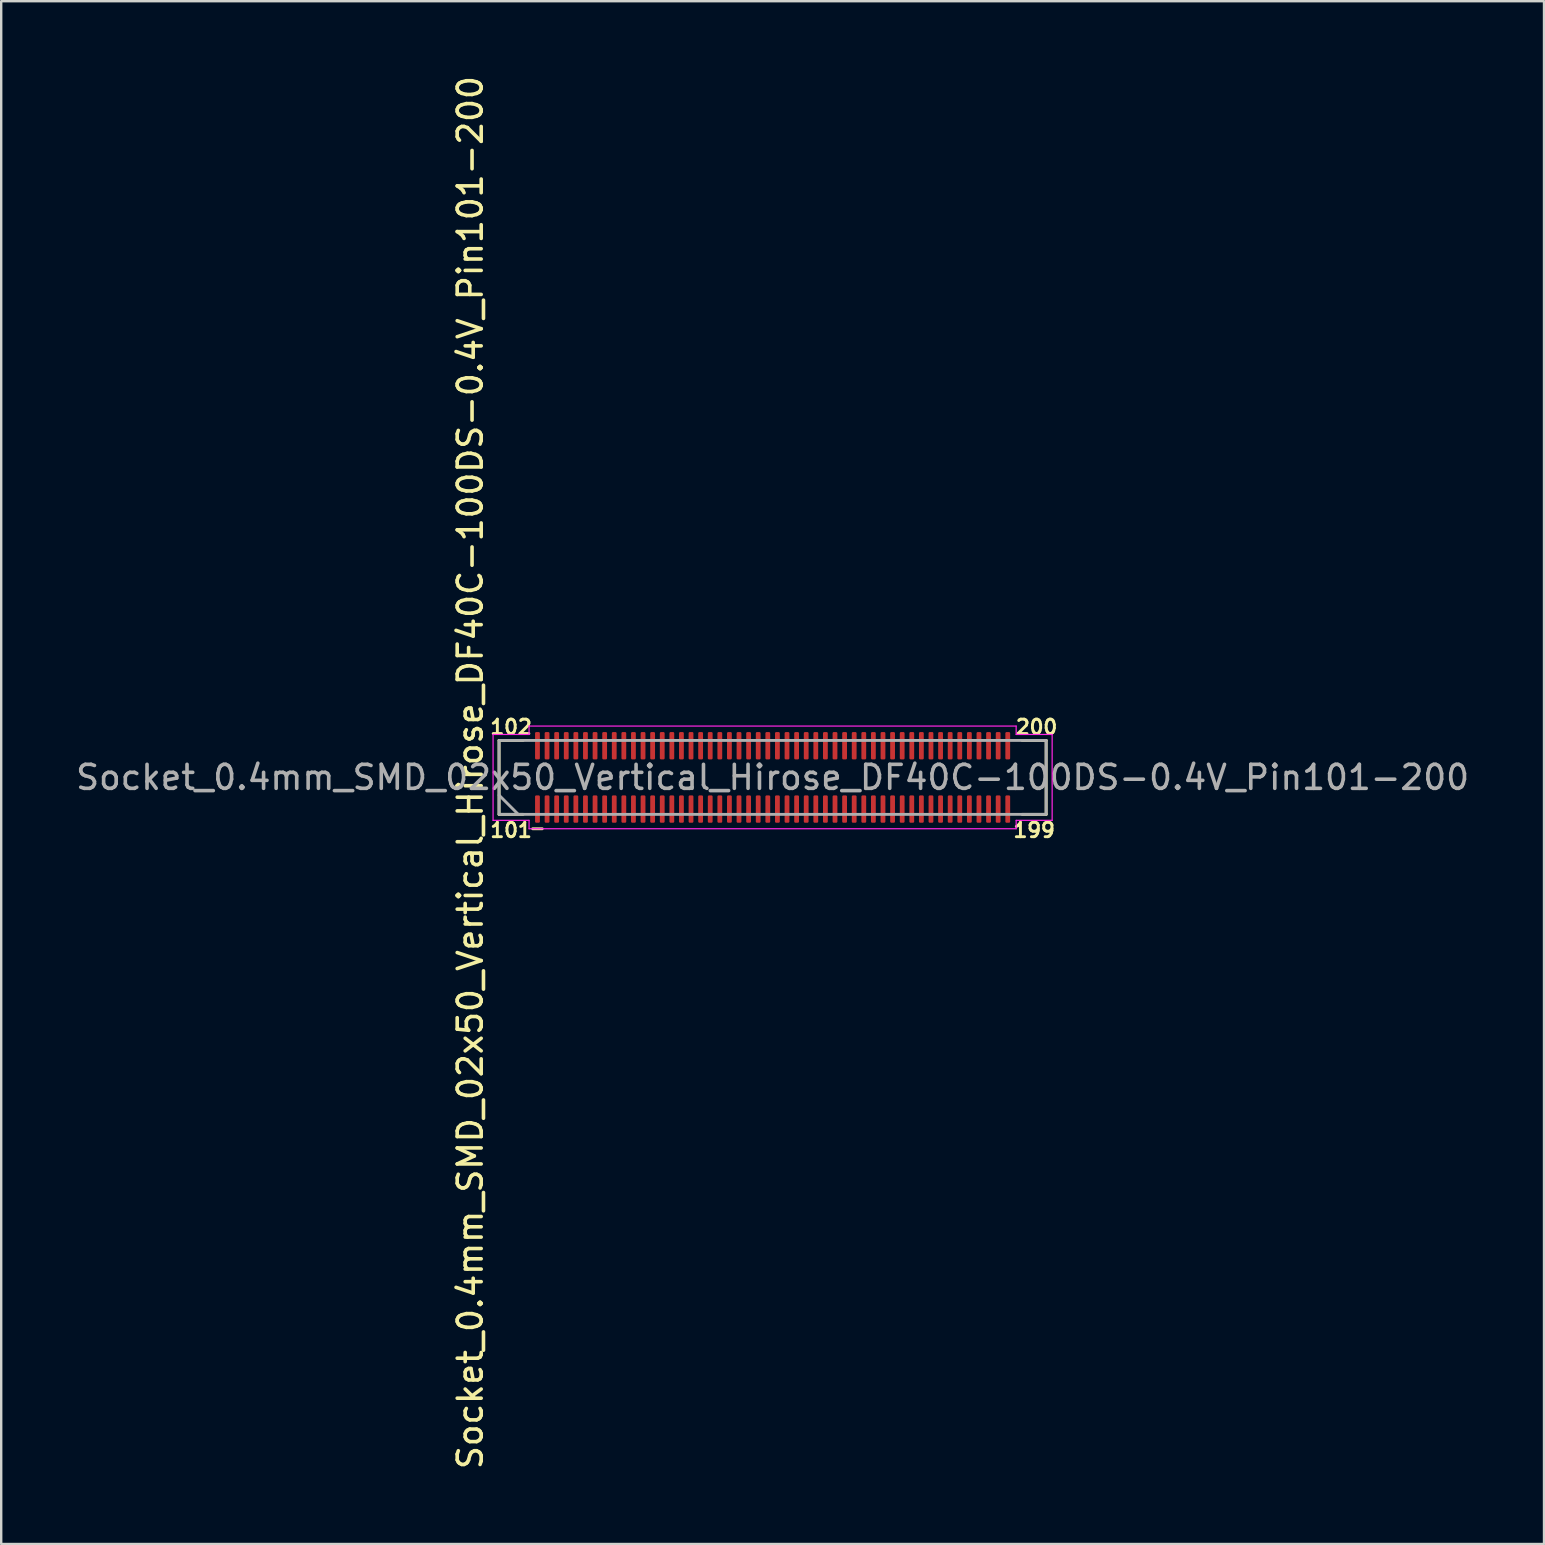
<source format=kicad_pcb>
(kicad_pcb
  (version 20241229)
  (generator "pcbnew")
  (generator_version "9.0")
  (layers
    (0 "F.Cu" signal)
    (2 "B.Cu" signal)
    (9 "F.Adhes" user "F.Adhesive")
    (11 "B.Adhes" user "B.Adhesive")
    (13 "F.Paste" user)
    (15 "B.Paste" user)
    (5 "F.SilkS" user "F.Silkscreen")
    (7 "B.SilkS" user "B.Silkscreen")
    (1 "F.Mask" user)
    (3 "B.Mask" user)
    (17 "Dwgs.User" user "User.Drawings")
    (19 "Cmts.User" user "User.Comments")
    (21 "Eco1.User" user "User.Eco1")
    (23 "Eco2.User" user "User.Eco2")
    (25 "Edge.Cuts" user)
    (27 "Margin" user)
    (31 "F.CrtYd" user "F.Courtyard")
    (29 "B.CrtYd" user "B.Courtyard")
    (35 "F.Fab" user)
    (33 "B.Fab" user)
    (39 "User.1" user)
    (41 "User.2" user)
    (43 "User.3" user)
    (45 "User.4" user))
  (footprint "Socket_0.4mm_SMD_02x50_Vertical_Hirose_DF40C-100DS-0.4V_Pin101-200"
    (layer "F.Cu")
    (at 29.149 29.349)
    (property "Reference" "Socket_0.4mm_SMD_02x50_Vertical_Hirose_DF40C-100DS-0.4V_Pin101-200" (at -12.6 -0.2 270) (layer "F.SilkS") (effects (font (size 1 1) (thickness 0.15))))
    (attr smd)
    (fp_line (start -11.4 -1.54) (end -11.4 1.54) (stroke (width 0.12) (type solid)) (layer "F.SilkS"))
    (fp_line (start -11.4 -1.54) (end -10.4 -1.54) (stroke (width 0.12) (type solid)) (layer "F.SilkS"))
    (fp_line (start -11.4 1.54) (end -10.4 1.54) (stroke (width 0.12) (type solid)) (layer "F.SilkS"))
    (fp_line (start -10 2.14) (end -9.6 2.14) (stroke (width 0.12) (type default)) (layer "F.SilkS"))
    (fp_line (start 11.4 -1.54) (end 10.4 -1.54) (stroke (width 0.12) (type solid)) (layer "F.SilkS"))
    (fp_line (start 11.4 1.54) (end 10.4 1.54) (stroke (width 0.12) (type solid)) (layer "F.SilkS"))
    (fp_line (start 11.4 1.54) (end 11.4 -1.54) (stroke (width 0.12) (type solid)) (layer "F.SilkS"))
    (fp_line (start -11.65 -1.79) (end -11.65 1.79) (stroke (width 0.05) (type default)) (layer "F.CrtYd"))
    (fp_line (start -11.65 1.79) (end -10.15 1.79) (stroke (width 0.05) (type default)) (layer "F.CrtYd"))
    (fp_line (start -10.15 -2.14) (end -10.15 -1.79) (stroke (width 0.05) (type default)) (layer "F.CrtYd"))
    (fp_line (start -10.15 -1.79) (end -11.65 -1.79) (stroke (width 0.05) (type default)) (layer "F.CrtYd"))
    (fp_line (start -10.15 1.79) (end -10.15 2.14) (stroke (width 0.05) (type default)) (layer "F.CrtYd"))
    (fp_line (start -10.15 2.14) (end 10.15 2.14) (stroke (width 0.05) (type default)) (layer "F.CrtYd"))
    (fp_line (start 10.15 -2.14) (end -10.15 -2.14) (stroke (width 0.05) (type default)) (layer "F.CrtYd"))
    (fp_line (start 10.15 -1.79) (end 10.15 -2.14) (stroke (width 0.05) (type default)) (layer "F.CrtYd"))
    (fp_line (start 10.15 1.79) (end 11.65 1.79) (stroke (width 0.05) (type default)) (layer "F.CrtYd"))
    (fp_line (start 10.15 2.14) (end 10.15 1.79) (stroke (width 0.05) (type default)) (layer "F.CrtYd"))
    (fp_line (start 11.65 -1.79) (end 10.15 -1.79) (stroke (width 0.05) (type default)) (layer "F.CrtYd"))
    (fp_line (start 11.65 1.79) (end 11.65 -1.79) (stroke (width 0.05) (type default)) (layer "F.CrtYd"))
    (fp_line (start -10.6 1.54) (end -11.4 0.74) (stroke (width 0.12) (type default)) (layer "F.Fab"))
    (fp_rect (start -11.4 1.54) (end 11.4 -1.54) (stroke (width 0.12) (type default)) (fill no) (layer "F.Fab"))
    (fp_text user "102" (at -10.9 -2.1 0) (layer "F.SilkS") (effects (font (size 0.6 0.6) (thickness 0.12))))
    (fp_text user "101" (at -10.9 2.2 180) (layer "F.SilkS") (effects (font (size 0.6 0.6) (thickness 0.12))))
    (fp_text user "199" (at 10.9 2.2 0) (layer "F.SilkS") (effects (font (size 0.6 0.6) (thickness 0.12))))
    (fp_text user "200" (at 11 -2.1 0) (layer "F.SilkS") (effects (font (size 0.6 0.6) (thickness 0.12))))
    (fp_text user "${REFERENCE}" (at 0 0 0) (layer "F.Fab") (effects (font (size 1 1) (thickness 0.15))))
    (pad "" smd roundrect (at -9.8 -1.54) (size 0.2 0.7) (layers "F.Mask") (roundrect_rratio 0.25))
    (pad "" smd roundrect (at -9.8 -1.54) (size 0.2 0.7) (layers "F.Paste") (roundrect_rratio 0.25))
    (pad "" smd roundrect (at -9.8 1.54) (size 0.2 0.7) (layers "F.Mask") (roundrect_rratio 0.25))
    (pad "" smd roundrect (at -9.8 1.54) (size 0.2 0.7) (layers "F.Paste") (roundrect_rratio 0.25))
    (pad "" smd roundrect (at -9.4 -1.54) (size 0.2 0.7) (layers "F.Mask") (roundrect_rratio 0.25))
    (pad "" smd roundrect (at -9.4 -1.54) (size 0.2 0.7) (layers "F.Paste") (roundrect_rratio 0.25))
    (pad "" smd roundrect (at -9.4 1.54) (size 0.2 0.7) (layers "F.Mask") (roundrect_rratio 0.25))
    (pad "" smd roundrect (at -9.4 1.54) (size 0.2 0.7) (layers "F.Paste") (roundrect_rratio 0.25))
    (pad "" smd roundrect (at -9 -1.54) (size 0.2 0.7) (layers "F.Mask") (roundrect_rratio 0.25))
    (pad "" smd roundrect (at -9 -1.54) (size 0.2 0.7) (layers "F.Paste") (roundrect_rratio 0.25))
    (pad "" smd roundrect (at -9 1.54) (size 0.2 0.7) (layers "F.Mask") (roundrect_rratio 0.25))
    (pad "" smd roundrect (at -9 1.54) (size 0.2 0.7) (layers "F.Paste") (roundrect_rratio 0.25))
    (pad "" smd roundrect (at -8.6 -1.54) (size 0.2 0.7) (layers "F.Mask") (roundrect_rratio 0.25))
    (pad "" smd roundrect (at -8.6 -1.54) (size 0.2 0.7) (layers "F.Paste") (roundrect_rratio 0.25))
    (pad "" smd roundrect (at -8.6 1.54) (size 0.2 0.7) (layers "F.Mask") (roundrect_rratio 0.25))
    (pad "" smd roundrect (at -8.6 1.54) (size 0.2 0.7) (layers "F.Paste") (roundrect_rratio 0.25))
    (pad "" smd roundrect (at -8.2 -1.54) (size 0.2 0.7) (layers "F.Mask") (roundrect_rratio 0.25))
    (pad "" smd roundrect (at -8.2 -1.54) (size 0.2 0.7) (layers "F.Paste") (roundrect_rratio 0.25))
    (pad "" smd roundrect (at -8.2 1.54) (size 0.2 0.7) (layers "F.Mask") (roundrect_rratio 0.25))
    (pad "" smd roundrect (at -8.2 1.54) (size 0.2 0.7) (layers "F.Paste") (roundrect_rratio 0.25))
    (pad "" smd roundrect (at -7.8 -1.54) (size 0.2 0.7) (layers "F.Mask") (roundrect_rratio 0.25))
    (pad "" smd roundrect (at -7.8 -1.54) (size 0.2 0.7) (layers "F.Paste") (roundrect_rratio 0.25))
    (pad "" smd roundrect (at -7.8 1.54) (size 0.2 0.7) (layers "F.Mask") (roundrect_rratio 0.25))
    (pad "" smd roundrect (at -7.8 1.54) (size 0.2 0.7) (layers "F.Paste") (roundrect_rratio 0.25))
    (pad "" smd roundrect (at -7.4 -1.54) (size 0.2 0.7) (layers "F.Mask") (roundrect_rratio 0.25))
    (pad "" smd roundrect (at -7.4 -1.54) (size 0.2 0.7) (layers "F.Paste") (roundrect_rratio 0.25))
    (pad "" smd roundrect (at -7.4 1.54) (size 0.2 0.7) (layers "F.Mask") (roundrect_rratio 0.25))
    (pad "" smd roundrect (at -7.4 1.54) (size 0.2 0.7) (layers "F.Paste") (roundrect_rratio 0.25))
    (pad "" smd roundrect (at -7 -1.54) (size 0.2 0.7) (layers "F.Mask") (roundrect_rratio 0.25))
    (pad "" smd roundrect (at -7 -1.54) (size 0.2 0.7) (layers "F.Paste") (roundrect_rratio 0.25))
    (pad "" smd roundrect (at -7 1.54) (size 0.2 0.7) (layers "F.Mask") (roundrect_rratio 0.25))
    (pad "" smd roundrect (at -7 1.54) (size 0.2 0.7) (layers "F.Paste") (roundrect_rratio 0.25))
    (pad "" smd roundrect (at -6.6 -1.54) (size 0.2 0.7) (layers "F.Mask") (roundrect_rratio 0.25))
    (pad "" smd roundrect (at -6.6 -1.54) (size 0.2 0.7) (layers "F.Paste") (roundrect_rratio 0.25))
    (pad "" smd roundrect (at -6.6 1.54) (size 0.2 0.7) (layers "F.Mask") (roundrect_rratio 0.25))
    (pad "" smd roundrect (at -6.6 1.54) (size 0.2 0.7) (layers "F.Paste") (roundrect_rratio 0.25))
    (pad "" smd roundrect (at -6.2 -1.54) (size 0.2 0.7) (layers "F.Mask") (roundrect_rratio 0.25))
    (pad "" smd roundrect (at -6.2 -1.54) (size 0.2 0.7) (layers "F.Paste") (roundrect_rratio 0.25))
    (pad "" smd roundrect (at -6.2 1.54) (size 0.2 0.7) (layers "F.Mask") (roundrect_rratio 0.25))
    (pad "" smd roundrect (at -6.2 1.54) (size 0.2 0.7) (layers "F.Paste") (roundrect_rratio 0.25))
    (pad "" smd roundrect (at -5.8 -1.54) (size 0.2 0.7) (layers "F.Mask") (roundrect_rratio 0.25))
    (pad "" smd roundrect (at -5.8 -1.54) (size 0.2 0.7) (layers "F.Paste") (roundrect_rratio 0.25))
    (pad "" smd roundrect (at -5.8 1.54) (size 0.2 0.7) (layers "F.Mask") (roundrect_rratio 0.25))
    (pad "" smd roundrect (at -5.8 1.54) (size 0.2 0.7) (layers "F.Paste") (roundrect_rratio 0.25))
    (pad "" smd roundrect (at -5.4 -1.54) (size 0.2 0.7) (layers "F.Mask") (roundrect_rratio 0.25))
    (pad "" smd roundrect (at -5.4 -1.54) (size 0.2 0.7) (layers "F.Paste") (roundrect_rratio 0.25))
    (pad "" smd roundrect (at -5.4 1.54) (size 0.2 0.7) (layers "F.Mask") (roundrect_rratio 0.25))
    (pad "" smd roundrect (at -5.4 1.54) (size 0.2 0.7) (layers "F.Paste") (roundrect_rratio 0.25))
    (pad "" smd roundrect (at -5 -1.54) (size 0.2 0.7) (layers "F.Mask") (roundrect_rratio 0.25))
    (pad "" smd roundrect (at -5 -1.54) (size 0.2 0.7) (layers "F.Paste") (roundrect_rratio 0.25))
    (pad "" smd roundrect (at -5 1.54) (size 0.2 0.7) (layers "F.Mask") (roundrect_rratio 0.25))
    (pad "" smd roundrect (at -5 1.54) (size 0.2 0.7) (layers "F.Paste") (roundrect_rratio 0.25))
    (pad "" smd roundrect (at -4.6 -1.54) (size 0.2 0.7) (layers "F.Mask") (roundrect_rratio 0.25))
    (pad "" smd roundrect (at -4.6 -1.54) (size 0.2 0.7) (layers "F.Paste") (roundrect_rratio 0.25))
    (pad "" smd roundrect (at -4.6 1.54) (size 0.2 0.7) (layers "F.Mask") (roundrect_rratio 0.25))
    (pad "" smd roundrect (at -4.6 1.54) (size 0.2 0.7) (layers "F.Paste") (roundrect_rratio 0.25))
    (pad "" smd roundrect (at -4.2 -1.54) (size 0.2 0.7) (layers "F.Mask") (roundrect_rratio 0.25))
    (pad "" smd roundrect (at -4.2 -1.54) (size 0.2 0.7) (layers "F.Paste") (roundrect_rratio 0.25))
    (pad "" smd roundrect (at -4.2 1.54) (size 0.2 0.7) (layers "F.Mask") (roundrect_rratio 0.25))
    (pad "" smd roundrect (at -4.2 1.54) (size 0.2 0.7) (layers "F.Paste") (roundrect_rratio 0.25))
    (pad "" smd roundrect (at -3.8 -1.54) (size 0.2 0.7) (layers "F.Mask") (roundrect_rratio 0.25))
    (pad "" smd roundrect (at -3.8 -1.54) (size 0.2 0.7) (layers "F.Paste") (roundrect_rratio 0.25))
    (pad "" smd roundrect (at -3.8 1.54) (size 0.2 0.7) (layers "F.Mask") (roundrect_rratio 0.25))
    (pad "" smd roundrect (at -3.8 1.54) (size 0.2 0.7) (layers "F.Paste") (roundrect_rratio 0.25))
    (pad "" smd roundrect (at -3.4 -1.54) (size 0.2 0.7) (layers "F.Mask") (roundrect_rratio 0.25))
    (pad "" smd roundrect (at -3.4 -1.54) (size 0.2 0.7) (layers "F.Paste") (roundrect_rratio 0.25))
    (pad "" smd roundrect (at -3.4 1.54) (size 0.2 0.7) (layers "F.Mask") (roundrect_rratio 0.25))
    (pad "" smd roundrect (at -3.4 1.54) (size 0.2 0.7) (layers "F.Paste") (roundrect_rratio 0.25))
    (pad "" smd roundrect (at -3 -1.54) (size 0.2 0.7) (layers "F.Mask") (roundrect_rratio 0.25))
    (pad "" smd roundrect (at -3 -1.54) (size 0.2 0.7) (layers "F.Paste") (roundrect_rratio 0.25))
    (pad "" smd roundrect (at -3 1.54) (size 0.2 0.7) (layers "F.Mask") (roundrect_rratio 0.25))
    (pad "" smd roundrect (at -3 1.54) (size 0.2 0.7) (layers "F.Paste") (roundrect_rratio 0.25))
    (pad "" smd roundrect (at -2.6 -1.54) (size 0.2 0.7) (layers "F.Mask") (roundrect_rratio 0.25))
    (pad "" smd roundrect (at -2.6 -1.54) (size 0.2 0.7) (layers "F.Paste") (roundrect_rratio 0.25))
    (pad "" smd roundrect (at -2.6 1.54) (size 0.2 0.7) (layers "F.Mask") (roundrect_rratio 0.25))
    (pad "" smd roundrect (at -2.6 1.54) (size 0.2 0.7) (layers "F.Paste") (roundrect_rratio 0.25))
    (pad "" smd roundrect (at -2.2 -1.54) (size 0.2 0.7) (layers "F.Mask") (roundrect_rratio 0.25))
    (pad "" smd roundrect (at -2.2 -1.54) (size 0.2 0.7) (layers "F.Paste") (roundrect_rratio 0.25))
    (pad "" smd roundrect (at -2.2 1.54) (size 0.2 0.7) (layers "F.Mask") (roundrect_rratio 0.25))
    (pad "" smd roundrect (at -2.2 1.54) (size 0.2 0.7) (layers "F.Paste") (roundrect_rratio 0.25))
    (pad "" smd roundrect (at -1.8 -1.54) (size 0.2 0.7) (layers "F.Mask") (roundrect_rratio 0.25))
    (pad "" smd roundrect (at -1.8 -1.54) (size 0.2 0.7) (layers "F.Paste") (roundrect_rratio 0.25))
    (pad "" smd roundrect (at -1.8 1.54) (size 0.2 0.7) (layers "F.Mask") (roundrect_rratio 0.25))
    (pad "" smd roundrect (at -1.8 1.54) (size 0.2 0.7) (layers "F.Paste") (roundrect_rratio 0.25))
    (pad "" smd roundrect (at -1.4 -1.54) (size 0.2 0.7) (layers "F.Mask") (roundrect_rratio 0.25))
    (pad "" smd roundrect (at -1.4 -1.54) (size 0.2 0.7) (layers "F.Paste") (roundrect_rratio 0.25))
    (pad "" smd roundrect (at -1.4 1.54) (size 0.2 0.7) (layers "F.Mask") (roundrect_rratio 0.25))
    (pad "" smd roundrect (at -1.4 1.54) (size 0.2 0.7) (layers "F.Paste") (roundrect_rratio 0.25))
    (pad "" smd roundrect (at -1 -1.54) (size 0.2 0.7) (layers "F.Mask") (roundrect_rratio 0.25))
    (pad "" smd roundrect (at -1 -1.54) (size 0.2 0.7) (layers "F.Paste") (roundrect_rratio 0.25))
    (pad "" smd roundrect (at -1 1.54) (size 0.2 0.7) (layers "F.Mask") (roundrect_rratio 0.25))
    (pad "" smd roundrect (at -1 1.54) (size 0.2 0.7) (layers "F.Paste") (roundrect_rratio 0.25))
    (pad "" smd roundrect (at -0.6 -1.54) (size 0.2 0.7) (layers "F.Mask") (roundrect_rratio 0.25))
    (pad "" smd roundrect (at -0.6 -1.54) (size 0.2 0.7) (layers "F.Paste") (roundrect_rratio 0.25))
    (pad "" smd roundrect (at -0.6 1.54) (size 0.2 0.7) (layers "F.Mask") (roundrect_rratio 0.25))
    (pad "" smd roundrect (at -0.6 1.54) (size 0.2 0.7) (layers "F.Paste") (roundrect_rratio 0.25))
    (pad "" smd roundrect (at -0.2 -1.54) (size 0.2 0.7) (layers "F.Mask") (roundrect_rratio 0.25))
    (pad "" smd roundrect (at -0.2 -1.54) (size 0.2 0.7) (layers "F.Paste") (roundrect_rratio 0.25))
    (pad "" smd roundrect (at -0.2 1.54) (size 0.2 0.7) (layers "F.Mask") (roundrect_rratio 0.25))
    (pad "" smd roundrect (at -0.2 1.54) (size 0.2 0.7) (layers "F.Paste") (roundrect_rratio 0.25))
    (pad "" smd roundrect (at 0.2 -1.54) (size 0.2 0.7) (layers "F.Mask") (roundrect_rratio 0.25))
    (pad "" smd roundrect (at 0.2 -1.54) (size 0.2 0.7) (layers "F.Paste") (roundrect_rratio 0.25))
    (pad "" smd roundrect (at 0.2 1.54) (size 0.2 0.7) (layers "F.Mask") (roundrect_rratio 0.25))
    (pad "" smd roundrect (at 0.2 1.54) (size 0.2 0.7) (layers "F.Paste") (roundrect_rratio 0.25))
    (pad "" smd roundrect (at 0.6 -1.54) (size 0.2 0.7) (layers "F.Mask") (roundrect_rratio 0.25))
    (pad "" smd roundrect (at 0.6 -1.54) (size 0.2 0.7) (layers "F.Paste") (roundrect_rratio 0.25))
    (pad "" smd roundrect (at 0.6 1.54) (size 0.2 0.7) (layers "F.Mask") (roundrect_rratio 0.25))
    (pad "" smd roundrect (at 0.6 1.54) (size 0.2 0.7) (layers "F.Paste") (roundrect_rratio 0.25))
    (pad "" smd roundrect (at 1 -1.54) (size 0.2 0.7) (layers "F.Mask") (roundrect_rratio 0.25))
    (pad "" smd roundrect (at 1 -1.54) (size 0.2 0.7) (layers "F.Paste") (roundrect_rratio 0.25))
    (pad "" smd roundrect (at 1 1.54) (size 0.2 0.7) (layers "F.Mask") (roundrect_rratio 0.25))
    (pad "" smd roundrect (at 1 1.54) (size 0.2 0.7) (layers "F.Paste") (roundrect_rratio 0.25))
    (pad "" smd roundrect (at 1.4 -1.54) (size 0.2 0.7) (layers "F.Mask") (roundrect_rratio 0.25))
    (pad "" smd roundrect (at 1.4 -1.54) (size 0.2 0.7) (layers "F.Paste") (roundrect_rratio 0.25))
    (pad "" smd roundrect (at 1.4 1.54) (size 0.2 0.7) (layers "F.Mask") (roundrect_rratio 0.25))
    (pad "" smd roundrect (at 1.4 1.54) (size 0.2 0.7) (layers "F.Paste") (roundrect_rratio 0.25))
    (pad "" smd roundrect (at 1.8 -1.54) (size 0.2 0.7) (layers "F.Mask") (roundrect_rratio 0.25))
    (pad "" smd roundrect (at 1.8 -1.54) (size 0.2 0.7) (layers "F.Paste") (roundrect_rratio 0.25))
    (pad "" smd roundrect (at 1.8 1.54) (size 0.2 0.7) (layers "F.Mask") (roundrect_rratio 0.25))
    (pad "" smd roundrect (at 1.8 1.54) (size 0.2 0.7) (layers "F.Paste") (roundrect_rratio 0.25))
    (pad "" smd roundrect (at 2.2 -1.54) (size 0.2 0.7) (layers "F.Mask") (roundrect_rratio 0.25))
    (pad "" smd roundrect (at 2.2 -1.54) (size 0.2 0.7) (layers "F.Paste") (roundrect_rratio 0.25))
    (pad "" smd roundrect (at 2.2 1.54) (size 0.2 0.7) (layers "F.Mask") (roundrect_rratio 0.25))
    (pad "" smd roundrect (at 2.2 1.54) (size 0.2 0.7) (layers "F.Paste") (roundrect_rratio 0.25))
    (pad "" smd roundrect (at 2.6 -1.54) (size 0.2 0.7) (layers "F.Mask") (roundrect_rratio 0.25))
    (pad "" smd roundrect (at 2.6 -1.54) (size 0.2 0.7) (layers "F.Paste") (roundrect_rratio 0.25))
    (pad "" smd roundrect (at 2.6 1.54) (size 0.2 0.7) (layers "F.Mask") (roundrect_rratio 0.25))
    (pad "" smd roundrect (at 2.6 1.54) (size 0.2 0.7) (layers "F.Paste") (roundrect_rratio 0.25))
    (pad "" smd roundrect (at 3 -1.54) (size 0.2 0.7) (layers "F.Mask") (roundrect_rratio 0.25))
    (pad "" smd roundrect (at 3 -1.54) (size 0.2 0.7) (layers "F.Paste") (roundrect_rratio 0.25))
    (pad "" smd roundrect (at 3 1.54) (size 0.2 0.7) (layers "F.Mask") (roundrect_rratio 0.25))
    (pad "" smd roundrect (at 3 1.54) (size 0.2 0.7) (layers "F.Paste") (roundrect_rratio 0.25))
    (pad "" smd roundrect (at 3.4 -1.54) (size 0.2 0.7) (layers "F.Mask") (roundrect_rratio 0.25))
    (pad "" smd roundrect (at 3.4 -1.54) (size 0.2 0.7) (layers "F.Paste") (roundrect_rratio 0.25))
    (pad "" smd roundrect (at 3.4 1.54) (size 0.2 0.7) (layers "F.Mask") (roundrect_rratio 0.25))
    (pad "" smd roundrect (at 3.4 1.54) (size 0.2 0.7) (layers "F.Paste") (roundrect_rratio 0.25))
    (pad "" smd roundrect (at 3.8 -1.54) (size 0.2 0.7) (layers "F.Mask") (roundrect_rratio 0.25))
    (pad "" smd roundrect (at 3.8 -1.54) (size 0.2 0.7) (layers "F.Paste") (roundrect_rratio 0.25))
    (pad "" smd roundrect (at 3.8 1.54) (size 0.2 0.7) (layers "F.Mask") (roundrect_rratio 0.25))
    (pad "" smd roundrect (at 3.8 1.54) (size 0.2 0.7) (layers "F.Paste") (roundrect_rratio 0.25))
    (pad "" smd roundrect (at 4.2 -1.54) (size 0.2 0.7) (layers "F.Mask") (roundrect_rratio 0.25))
    (pad "" smd roundrect (at 4.2 -1.54) (size 0.2 0.7) (layers "F.Paste") (roundrect_rratio 0.25))
    (pad "" smd roundrect (at 4.2 1.54) (size 0.2 0.7) (layers "F.Mask") (roundrect_rratio 0.25))
    (pad "" smd roundrect (at 4.2 1.54) (size 0.2 0.7) (layers "F.Paste") (roundrect_rratio 0.25))
    (pad "" smd roundrect (at 4.6 -1.54) (size 0.2 0.7) (layers "F.Mask") (roundrect_rratio 0.25))
    (pad "" smd roundrect (at 4.6 -1.54) (size 0.2 0.7) (layers "F.Paste") (roundrect_rratio 0.25))
    (pad "" smd roundrect (at 4.6 1.54) (size 0.2 0.7) (layers "F.Mask") (roundrect_rratio 0.25))
    (pad "" smd roundrect (at 4.6 1.54) (size 0.2 0.7) (layers "F.Paste") (roundrect_rratio 0.25))
    (pad "" smd roundrect (at 5 -1.54) (size 0.2 0.7) (layers "F.Mask") (roundrect_rratio 0.25))
    (pad "" smd roundrect (at 5 -1.54) (size 0.2 0.7) (layers "F.Paste") (roundrect_rratio 0.25))
    (pad "" smd roundrect (at 5 1.54) (size 0.2 0.7) (layers "F.Mask") (roundrect_rratio 0.25))
    (pad "" smd roundrect (at 5 1.54) (size 0.2 0.7) (layers "F.Paste") (roundrect_rratio 0.25))
    (pad "" smd roundrect (at 5.4 -1.54) (size 0.2 0.7) (layers "F.Mask") (roundrect_rratio 0.25))
    (pad "" smd roundrect (at 5.4 -1.54) (size 0.2 0.7) (layers "F.Paste") (roundrect_rratio 0.25))
    (pad "" smd roundrect (at 5.4 1.54) (size 0.2 0.7) (layers "F.Mask") (roundrect_rratio 0.25))
    (pad "" smd roundrect (at 5.4 1.54) (size 0.2 0.7) (layers "F.Paste") (roundrect_rratio 0.25))
    (pad "" smd roundrect (at 5.8 -1.54) (size 0.2 0.7) (layers "F.Mask") (roundrect_rratio 0.25))
    (pad "" smd roundrect (at 5.8 -1.54) (size 0.2 0.7) (layers "F.Paste") (roundrect_rratio 0.25))
    (pad "" smd roundrect (at 5.8 1.54) (size 0.2 0.7) (layers "F.Mask") (roundrect_rratio 0.25))
    (pad "" smd roundrect (at 5.8 1.54) (size 0.2 0.7) (layers "F.Paste") (roundrect_rratio 0.25))
    (pad "" smd roundrect (at 6.2 -1.54) (size 0.2 0.7) (layers "F.Mask") (roundrect_rratio 0.25))
    (pad "" smd roundrect (at 6.2 -1.54) (size 0.2 0.7) (layers "F.Paste") (roundrect_rratio 0.25))
    (pad "" smd roundrect (at 6.2 1.54) (size 0.2 0.7) (layers "F.Mask") (roundrect_rratio 0.25))
    (pad "" smd roundrect (at 6.2 1.54) (size 0.2 0.7) (layers "F.Paste") (roundrect_rratio 0.25))
    (pad "" smd roundrect (at 6.6 -1.54) (size 0.2 0.7) (layers "F.Mask") (roundrect_rratio 0.25))
    (pad "" smd roundrect (at 6.6 -1.54) (size 0.2 0.7) (layers "F.Paste") (roundrect_rratio 0.25))
    (pad "" smd roundrect (at 6.6 1.54) (size 0.2 0.7) (layers "F.Mask") (roundrect_rratio 0.25))
    (pad "" smd roundrect (at 6.6 1.54) (size 0.2 0.7) (layers "F.Paste") (roundrect_rratio 0.25))
    (pad "" smd roundrect (at 7 -1.54) (size 0.2 0.7) (layers "F.Mask") (roundrect_rratio 0.25))
    (pad "" smd roundrect (at 7 -1.54) (size 0.2 0.7) (layers "F.Paste") (roundrect_rratio 0.25))
    (pad "" smd roundrect (at 7 1.54) (size 0.2 0.7) (layers "F.Mask") (roundrect_rratio 0.25))
    (pad "" smd roundrect (at 7 1.54) (size 0.2 0.7) (layers "F.Paste") (roundrect_rratio 0.25))
    (pad "" smd roundrect (at 7.4 -1.54) (size 0.2 0.7) (layers "F.Mask") (roundrect_rratio 0.25))
    (pad "" smd roundrect (at 7.4 -1.54) (size 0.2 0.7) (layers "F.Paste") (roundrect_rratio 0.25))
    (pad "" smd roundrect (at 7.4 1.54) (size 0.2 0.7) (layers "F.Mask") (roundrect_rratio 0.25))
    (pad "" smd roundrect (at 7.4 1.54) (size 0.2 0.7) (layers "F.Paste") (roundrect_rratio 0.25))
    (pad "" smd roundrect (at 7.8 -1.54) (size 0.2 0.7) (layers "F.Mask") (roundrect_rratio 0.25))
    (pad "" smd roundrect (at 7.8 -1.54) (size 0.2 0.7) (layers "F.Paste") (roundrect_rratio 0.25))
    (pad "" smd roundrect (at 7.8 1.54) (size 0.2 0.7) (layers "F.Mask") (roundrect_rratio 0.25))
    (pad "" smd roundrect (at 7.8 1.54) (size 0.2 0.7) (layers "F.Paste") (roundrect_rratio 0.25))
    (pad "" smd roundrect (at 8.2 -1.54) (size 0.2 0.7) (layers "F.Mask") (roundrect_rratio 0.25))
    (pad "" smd roundrect (at 8.2 -1.54) (size 0.2 0.7) (layers "F.Paste") (roundrect_rratio 0.25))
    (pad "" smd roundrect (at 8.2 1.54) (size 0.2 0.7) (layers "F.Mask") (roundrect_rratio 0.25))
    (pad "" smd roundrect (at 8.2 1.54) (size 0.2 0.7) (layers "F.Paste") (roundrect_rratio 0.25))
    (pad "" smd roundrect (at 8.6 -1.54) (size 0.2 0.7) (layers "F.Mask") (roundrect_rratio 0.25))
    (pad "" smd roundrect (at 8.6 -1.54) (size 0.2 0.7) (layers "F.Paste") (roundrect_rratio 0.25))
    (pad "" smd roundrect (at 8.6 1.54) (size 0.2 0.7) (layers "F.Mask") (roundrect_rratio 0.25))
    (pad "" smd roundrect (at 8.6 1.54) (size 0.2 0.7) (layers "F.Paste") (roundrect_rratio 0.25))
    (pad "" smd roundrect (at 9 -1.54) (size 0.2 0.7) (layers "F.Mask") (roundrect_rratio 0.25))
    (pad "" smd roundrect (at 9 -1.54) (size 0.2 0.7) (layers "F.Paste") (roundrect_rratio 0.25))
    (pad "" smd roundrect (at 9 1.54) (size 0.2 0.7) (layers "F.Mask") (roundrect_rratio 0.25))
    (pad "" smd roundrect (at 9 1.54) (size 0.2 0.7) (layers "F.Paste") (roundrect_rratio 0.25))
    (pad "" smd roundrect (at 9.4 -1.54) (size 0.2 0.7) (layers "F.Mask") (roundrect_rratio 0.25))
    (pad "" smd roundrect (at 9.4 -1.54) (size 0.2 0.7) (layers "F.Paste") (roundrect_rratio 0.25))
    (pad "" smd roundrect (at 9.4 1.54) (size 0.2 0.7) (layers "F.Mask") (roundrect_rratio 0.25))
    (pad "" smd roundrect (at 9.4 1.54) (size 0.2 0.7) (layers "F.Paste") (roundrect_rratio 0.25))
    (pad "" smd roundrect (at 9.8 -1.54) (size 0.2 0.7) (layers "F.Mask") (roundrect_rratio 0.25))
    (pad "" smd roundrect (at 9.8 -1.54) (size 0.2 0.7) (layers "F.Paste") (roundrect_rratio 0.25))
    (pad "" smd roundrect (at 9.8 1.54) (size 0.2 0.7) (layers "F.Mask") (roundrect_rratio 0.25))
    (pad "" smd roundrect (at 9.8 1.54) (size 0.2 0.7) (layers "F.Paste") (roundrect_rratio 0.25))
    (pad "101" smd roundrect (at -9.8 1.32) (size 0.2 1.14) (layers "F.Cu") (roundrect_rratio 0.25))
    (pad "102" smd roundrect (at -9.8 -1.32) (size 0.2 1.14) (layers "F.Cu") (roundrect_rratio 0.25))
    (pad "103" smd roundrect (at -9.4 1.32) (size 0.2 1.14) (layers "F.Cu") (roundrect_rratio 0.25))
    (pad "104" smd roundrect (at -9.4 -1.32) (size 0.2 1.14) (layers "F.Cu") (roundrect_rratio 0.25))
    (pad "105" smd roundrect (at -9 1.32) (size 0.2 1.14) (layers "F.Cu") (roundrect_rratio 0.25))
    (pad "106" smd roundrect (at -9 -1.32) (size 0.2 1.14) (layers "F.Cu") (roundrect_rratio 0.25))
    (pad "107" smd roundrect (at -8.6 1.32) (size 0.2 1.14) (layers "F.Cu") (roundrect_rratio 0.25))
    (pad "108" smd roundrect (at -8.6 -1.32) (size 0.2 1.14) (layers "F.Cu") (roundrect_rratio 0.25))
    (pad "109" smd roundrect (at -8.2 1.32) (size 0.2 1.14) (layers "F.Cu") (roundrect_rratio 0.25))
    (pad "110" smd roundrect (at -8.2 -1.32) (size 0.2 1.14) (layers "F.Cu") (roundrect_rratio 0.25))
    (pad "111" smd roundrect (at -7.8 1.32) (size 0.2 1.14) (layers "F.Cu") (roundrect_rratio 0.25))
    (pad "112" smd roundrect (at -7.8 -1.32) (size 0.2 1.14) (layers "F.Cu") (roundrect_rratio 0.25))
    (pad "113" smd roundrect (at -7.4 1.32) (size 0.2 1.14) (layers "F.Cu") (roundrect_rratio 0.25))
    (pad "114" smd roundrect (at -7.4 -1.32) (size 0.2 1.14) (layers "F.Cu") (roundrect_rratio 0.25))
    (pad "115" smd roundrect (at -7 1.32) (size 0.2 1.14) (layers "F.Cu") (roundrect_rratio 0.25))
    (pad "116" smd roundrect (at -7 -1.32) (size 0.2 1.14) (layers "F.Cu") (roundrect_rratio 0.25))
    (pad "117" smd roundrect (at -6.6 1.32) (size 0.2 1.14) (layers "F.Cu") (roundrect_rratio 0.25))
    (pad "118" smd roundrect (at -6.6 -1.32) (size 0.2 1.14) (layers "F.Cu") (roundrect_rratio 0.25))
    (pad "119" smd roundrect (at -6.2 1.32) (size 0.2 1.14) (layers "F.Cu") (roundrect_rratio 0.25))
    (pad "120" smd roundrect (at -6.2 -1.32) (size 0.2 1.14) (layers "F.Cu") (roundrect_rratio 0.25))
    (pad "121" smd roundrect (at -5.8 1.32) (size 0.2 1.14) (layers "F.Cu") (roundrect_rratio 0.25))
    (pad "122" smd roundrect (at -5.8 -1.32) (size 0.2 1.14) (layers "F.Cu") (roundrect_rratio 0.25))
    (pad "123" smd roundrect (at -5.4 1.32) (size 0.2 1.14) (layers "F.Cu") (roundrect_rratio 0.25))
    (pad "124" smd roundrect (at -5.4 -1.32) (size 0.2 1.14) (layers "F.Cu") (roundrect_rratio 0.25))
    (pad "125" smd roundrect (at -5 1.32) (size 0.2 1.14) (layers "F.Cu") (roundrect_rratio 0.25))
    (pad "126" smd roundrect (at -5 -1.32) (size 0.2 1.14) (layers "F.Cu") (roundrect_rratio 0.25))
    (pad "127" smd roundrect (at -4.6 1.32) (size 0.2 1.14) (layers "F.Cu") (roundrect_rratio 0.25))
    (pad "128" smd roundrect (at -4.6 -1.32) (size 0.2 1.14) (layers "F.Cu") (roundrect_rratio 0.25))
    (pad "129" smd roundrect (at -4.2 1.32) (size 0.2 1.14) (layers "F.Cu") (roundrect_rratio 0.25))
    (pad "130" smd roundrect (at -4.2 -1.32) (size 0.2 1.14) (layers "F.Cu") (roundrect_rratio 0.25))
    (pad "131" smd roundrect (at -3.8 1.32) (size 0.2 1.14) (layers "F.Cu") (roundrect_rratio 0.25))
    (pad "132" smd roundrect (at -3.8 -1.32) (size 0.2 1.14) (layers "F.Cu") (roundrect_rratio 0.25))
    (pad "133" smd roundrect (at -3.4 1.32) (size 0.2 1.14) (layers "F.Cu") (roundrect_rratio 0.25))
    (pad "134" smd roundrect (at -3.4 -1.32) (size 0.2 1.14) (layers "F.Cu") (roundrect_rratio 0.25))
    (pad "135" smd roundrect (at -3 1.32) (size 0.2 1.14) (layers "F.Cu") (roundrect_rratio 0.25))
    (pad "136" smd roundrect (at -3 -1.32) (size 0.2 1.14) (layers "F.Cu") (roundrect_rratio 0.25))
    (pad "137" smd roundrect (at -2.6 1.32) (size 0.2 1.14) (layers "F.Cu") (roundrect_rratio 0.25))
    (pad "138" smd roundrect (at -2.6 -1.32) (size 0.2 1.14) (layers "F.Cu") (roundrect_rratio 0.25))
    (pad "139" smd roundrect (at -2.2 1.32) (size 0.2 1.14) (layers "F.Cu") (roundrect_rratio 0.25))
    (pad "140" smd roundrect (at -2.2 -1.32) (size 0.2 1.14) (layers "F.Cu") (roundrect_rratio 0.25))
    (pad "141" smd roundrect (at -1.8 1.32) (size 0.2 1.14) (layers "F.Cu") (roundrect_rratio 0.25))
    (pad "142" smd roundrect (at -1.8 -1.32) (size 0.2 1.14) (layers "F.Cu") (roundrect_rratio 0.25))
    (pad "143" smd roundrect (at -1.4 1.32) (size 0.2 1.14) (layers "F.Cu") (roundrect_rratio 0.25))
    (pad "144" smd roundrect (at -1.4 -1.32) (size 0.2 1.14) (layers "F.Cu") (roundrect_rratio 0.25))
    (pad "145" smd roundrect (at -1 1.32) (size 0.2 1.14) (layers "F.Cu") (roundrect_rratio 0.25))
    (pad "146" smd roundrect (at -1 -1.32) (size 0.2 1.14) (layers "F.Cu") (roundrect_rratio 0.25))
    (pad "147" smd roundrect (at -0.6 1.32) (size 0.2 1.14) (layers "F.Cu") (roundrect_rratio 0.25))
    (pad "148" smd roundrect (at -0.6 -1.32) (size 0.2 1.14) (layers "F.Cu") (roundrect_rratio 0.25))
    (pad "149" smd roundrect (at -0.2 1.32) (size 0.2 1.14) (layers "F.Cu") (roundrect_rratio 0.25))
    (pad "150" smd roundrect (at -0.2 -1.32) (size 0.2 1.14) (layers "F.Cu") (roundrect_rratio 0.25))
    (pad "151" smd roundrect (at 0.2 1.32) (size 0.2 1.14) (layers "F.Cu") (roundrect_rratio 0.25))
    (pad "152" smd roundrect (at 0.2 -1.32) (size 0.2 1.14) (layers "F.Cu") (roundrect_rratio 0.25))
    (pad "153" smd roundrect (at 0.6 1.32) (size 0.2 1.14) (layers "F.Cu") (roundrect_rratio 0.25))
    (pad "154" smd roundrect (at 0.6 -1.32) (size 0.2 1.14) (layers "F.Cu") (roundrect_rratio 0.25))
    (pad "155" smd roundrect (at 1 1.32) (size 0.2 1.14) (layers "F.Cu") (roundrect_rratio 0.25))
    (pad "156" smd roundrect (at 1 -1.32) (size 0.2 1.14) (layers "F.Cu") (roundrect_rratio 0.25))
    (pad "157" smd roundrect (at 1.4 1.32) (size 0.2 1.14) (layers "F.Cu") (roundrect_rratio 0.25))
    (pad "158" smd roundrect (at 1.4 -1.32) (size 0.2 1.14) (layers "F.Cu") (roundrect_rratio 0.25))
    (pad "159" smd roundrect (at 1.8 1.32) (size 0.2 1.14) (layers "F.Cu") (roundrect_rratio 0.25))
    (pad "160" smd roundrect (at 1.8 -1.32) (size 0.2 1.14) (layers "F.Cu") (roundrect_rratio 0.25))
    (pad "161" smd roundrect (at 2.2 1.32) (size 0.2 1.14) (layers "F.Cu") (roundrect_rratio 0.25))
    (pad "162" smd roundrect (at 2.2 -1.32) (size 0.2 1.14) (layers "F.Cu") (roundrect_rratio 0.25))
    (pad "163" smd roundrect (at 2.6 1.32) (size 0.2 1.14) (layers "F.Cu") (roundrect_rratio 0.25))
    (pad "164" smd roundrect (at 2.6 -1.32) (size 0.2 1.14) (layers "F.Cu") (roundrect_rratio 0.25))
    (pad "165" smd roundrect (at 3 1.32) (size 0.2 1.14) (layers "F.Cu") (roundrect_rratio 0.25))
    (pad "166" smd roundrect (at 3 -1.32) (size 0.2 1.14) (layers "F.Cu") (roundrect_rratio 0.25))
    (pad "167" smd roundrect (at 3.4 1.32) (size 0.2 1.14) (layers "F.Cu") (roundrect_rratio 0.25))
    (pad "168" smd roundrect (at 3.4 -1.32) (size 0.2 1.14) (layers "F.Cu") (roundrect_rratio 0.25))
    (pad "169" smd roundrect (at 3.8 1.32) (size 0.2 1.14) (layers "F.Cu") (roundrect_rratio 0.25))
    (pad "170" smd roundrect (at 3.8 -1.32) (size 0.2 1.14) (layers "F.Cu") (roundrect_rratio 0.25))
    (pad "171" smd roundrect (at 4.2 1.32) (size 0.2 1.14) (layers "F.Cu") (roundrect_rratio 0.25))
    (pad "172" smd roundrect (at 4.2 -1.32) (size 0.2 1.14) (layers "F.Cu") (roundrect_rratio 0.25))
    (pad "173" smd roundrect (at 4.6 1.32) (size 0.2 1.14) (layers "F.Cu") (roundrect_rratio 0.25))
    (pad "174" smd roundrect (at 4.6 -1.32) (size 0.2 1.14) (layers "F.Cu") (roundrect_rratio 0.25))
    (pad "175" smd roundrect (at 5 1.32) (size 0.2 1.14) (layers "F.Cu") (roundrect_rratio 0.25))
    (pad "176" smd roundrect (at 5 -1.32) (size 0.2 1.14) (layers "F.Cu") (roundrect_rratio 0.25))
    (pad "177" smd roundrect (at 5.4 1.32) (size 0.2 1.14) (layers "F.Cu") (roundrect_rratio 0.25))
    (pad "178" smd roundrect (at 5.4 -1.32) (size 0.2 1.14) (layers "F.Cu") (roundrect_rratio 0.25))
    (pad "179" smd roundrect (at 5.8 1.32) (size 0.2 1.14) (layers "F.Cu") (roundrect_rratio 0.25))
    (pad "180" smd roundrect (at 5.8 -1.32) (size 0.2 1.14) (layers "F.Cu") (roundrect_rratio 0.25))
    (pad "181" smd roundrect (at 6.2 1.32) (size 0.2 1.14) (layers "F.Cu") (roundrect_rratio 0.25))
    (pad "182" smd roundrect (at 6.2 -1.32) (size 0.2 1.14) (layers "F.Cu") (roundrect_rratio 0.25))
    (pad "183" smd roundrect (at 6.6 1.32) (size 0.2 1.14) (layers "F.Cu") (roundrect_rratio 0.25))
    (pad "184" smd roundrect (at 6.6 -1.32) (size 0.2 1.14) (layers "F.Cu") (roundrect_rratio 0.25))
    (pad "185" smd roundrect (at 7 1.32) (size 0.2 1.14) (layers "F.Cu") (roundrect_rratio 0.25))
    (pad "186" smd roundrect (at 7 -1.32) (size 0.2 1.14) (layers "F.Cu") (roundrect_rratio 0.25))
    (pad "187" smd roundrect (at 7.4 1.32) (size 0.2 1.14) (layers "F.Cu") (roundrect_rratio 0.25))
    (pad "188" smd roundrect (at 7.4 -1.32) (size 0.2 1.14) (layers "F.Cu") (roundrect_rratio 0.25))
    (pad "189" smd roundrect (at 7.8 1.32) (size 0.2 1.14) (layers "F.Cu") (roundrect_rratio 0.25))
    (pad "190" smd roundrect (at 7.8 -1.32) (size 0.2 1.14) (layers "F.Cu") (roundrect_rratio 0.25))
    (pad "191" smd roundrect (at 8.2 1.32) (size 0.2 1.14) (layers "F.Cu") (roundrect_rratio 0.25))
    (pad "192" smd roundrect (at 8.2 -1.32) (size 0.2 1.14) (layers "F.Cu") (roundrect_rratio 0.25))
    (pad "193" smd roundrect (at 8.6 1.32) (size 0.2 1.14) (layers "F.Cu") (roundrect_rratio 0.25))
    (pad "194" smd roundrect (at 8.6 -1.32) (size 0.2 1.14) (layers "F.Cu") (roundrect_rratio 0.25))
    (pad "195" smd roundrect (at 9 1.32) (size 0.2 1.14) (layers "F.Cu") (roundrect_rratio 0.25))
    (pad "196" smd roundrect (at 9 -1.32) (size 0.2 1.14) (layers "F.Cu") (roundrect_rratio 0.25))
    (pad "197" smd roundrect (at 9.4 1.32) (size 0.2 1.14) (layers "F.Cu") (roundrect_rratio 0.25))
    (pad "198" smd roundrect (at 9.4 -1.32) (size 0.2 1.14) (layers "F.Cu") (roundrect_rratio 0.25))
    (pad "199" smd roundrect (at 9.8 1.32) (size 0.2 1.14) (layers "F.Cu") (roundrect_rratio 0.25))
    (pad "200" smd roundrect (at 9.8 -1.32) (size 0.2 1.14) (layers "F.Cu") (roundrect_rratio 0.25)))
  (gr_rect
    (start -3 -3)
    (end 61.298 61.298)
    (stroke (width 0.1) (type default))
    (fill no)
    (layer "Edge.Cuts")))
</source>
